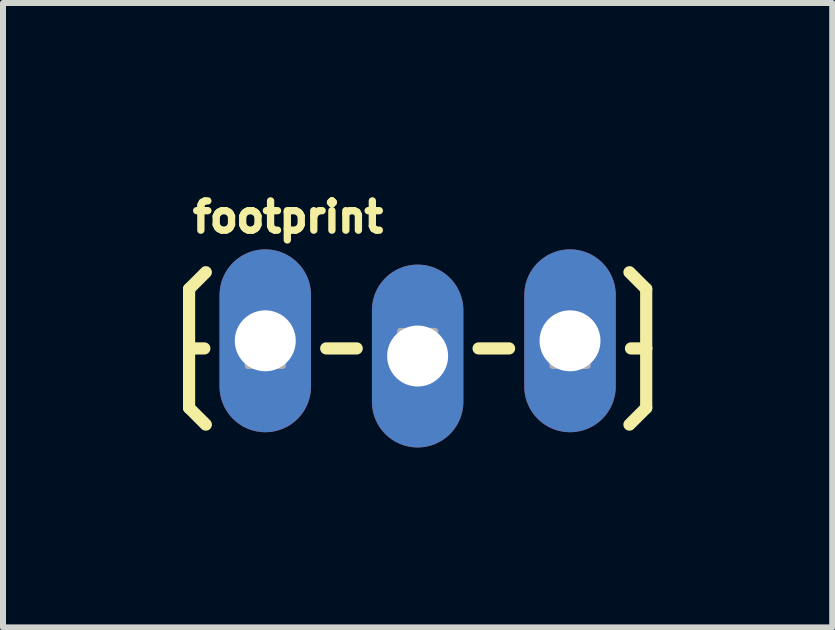
<source format=kicad_pcb>
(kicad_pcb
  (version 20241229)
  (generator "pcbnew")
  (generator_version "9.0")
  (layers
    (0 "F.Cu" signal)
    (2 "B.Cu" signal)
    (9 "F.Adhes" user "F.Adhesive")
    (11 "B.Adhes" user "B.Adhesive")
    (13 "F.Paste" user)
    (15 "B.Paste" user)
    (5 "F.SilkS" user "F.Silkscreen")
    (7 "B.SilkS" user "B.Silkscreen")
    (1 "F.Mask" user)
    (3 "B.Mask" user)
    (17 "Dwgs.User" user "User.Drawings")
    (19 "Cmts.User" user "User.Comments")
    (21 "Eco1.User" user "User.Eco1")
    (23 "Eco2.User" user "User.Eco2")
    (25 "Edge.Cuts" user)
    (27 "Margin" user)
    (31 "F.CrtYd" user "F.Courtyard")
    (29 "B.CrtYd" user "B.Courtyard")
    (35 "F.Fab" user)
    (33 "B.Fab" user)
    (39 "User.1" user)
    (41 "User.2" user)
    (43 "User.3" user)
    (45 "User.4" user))
  (footprint "footprint"
    (layer "F.Cu")
    (at 1.372 2.631)
    (property "Reference" "footprint" (at -1.27 -1.778 0) (layer "F.SilkS") (effects (font (size 0.488 0.488) (thickness 0.122)) (justify left bottom)))
    (fp_line (start -1.27 -0.864) (end -0.991 -1.143) (stroke (width 0.203) (type solid)) (layer "F.SilkS"))
    (fp_line (start -1.27 0.127) (end -1.27 -0.864) (stroke (width 0.203) (type solid)) (layer "F.SilkS"))
    (fp_line (start -1.27 0.127) (end -1.27 1.118) (stroke (width 0.203) (type solid)) (layer "F.SilkS"))
    (fp_line (start -1.27 0.127) (end -1.016 0.127) (stroke (width 0.203) (type solid)) (layer "F.SilkS"))
    (fp_line (start -1.27 1.118) (end -0.991 1.397) (stroke (width 0.203) (type solid)) (layer "F.SilkS"))
    (fp_line (start 1.524 0.127) (end 1.016 0.127) (stroke (width 0.203) (type solid)) (layer "F.SilkS"))
    (fp_line (start 4.064 0.127) (end 3.556 0.127) (stroke (width 0.203) (type solid)) (layer "F.SilkS"))
    (fp_line (start 6.35 -0.864) (end 6.071 -1.143) (stroke (width 0.203) (type solid)) (layer "F.SilkS"))
    (fp_line (start 6.35 0.127) (end 6.096 0.127) (stroke (width 0.203) (type solid)) (layer "F.SilkS"))
    (fp_line (start 6.35 0.127) (end 6.35 -0.864) (stroke (width 0.203) (type solid)) (layer "F.SilkS"))
    (fp_line (start 6.35 0.127) (end 6.35 1.118) (stroke (width 0.203) (type solid)) (layer "F.SilkS"))
    (fp_line (start 6.35 1.118) (end 6.071 1.397) (stroke (width 0.203) (type solid)) (layer "F.SilkS"))
    (fp_poly (pts (xy -0.292 0.419) (xy 0.292 0.419) (xy 0.292 -0.165) (xy -0.292 -0.165)) (stroke (width 0.1) (type solid)) (fill no) (layer "F.Fab"))
    (fp_poly (pts (xy 2.248 0.419) (xy 2.832 0.419) (xy 2.832 -0.165) (xy 2.248 -0.165)) (stroke (width 0.1) (type solid)) (fill no) (layer "F.Fab"))
    (fp_poly (pts (xy 4.788 0.419) (xy 5.372 0.419) (xy 5.372 -0.165) (xy 4.788 -0.165)) (stroke (width 0.1) (type solid)) (fill no) (layer "F.Fab"))
    (pad "1" thru_hole oval (at 0 0 90) (size 3.048 1.524) (drill 1.016) (layers "*.Cu" "*.Mask"))
    (pad "2" thru_hole oval (at 2.54 0.254 90) (size 3.048 1.524) (drill 1.016) (layers "*.Cu" "*.Mask"))
    (pad "3" thru_hole oval (at 5.08 0 90) (size 3.048 1.524) (drill 1.016) (layers "*.Cu" "*.Mask")))
  (gr_rect
    (start -3 -3)
    (end 10.823 7.409)
    (stroke (width 0.1) (type default))
    (fill no)
    (layer "Edge.Cuts")))
</source>
